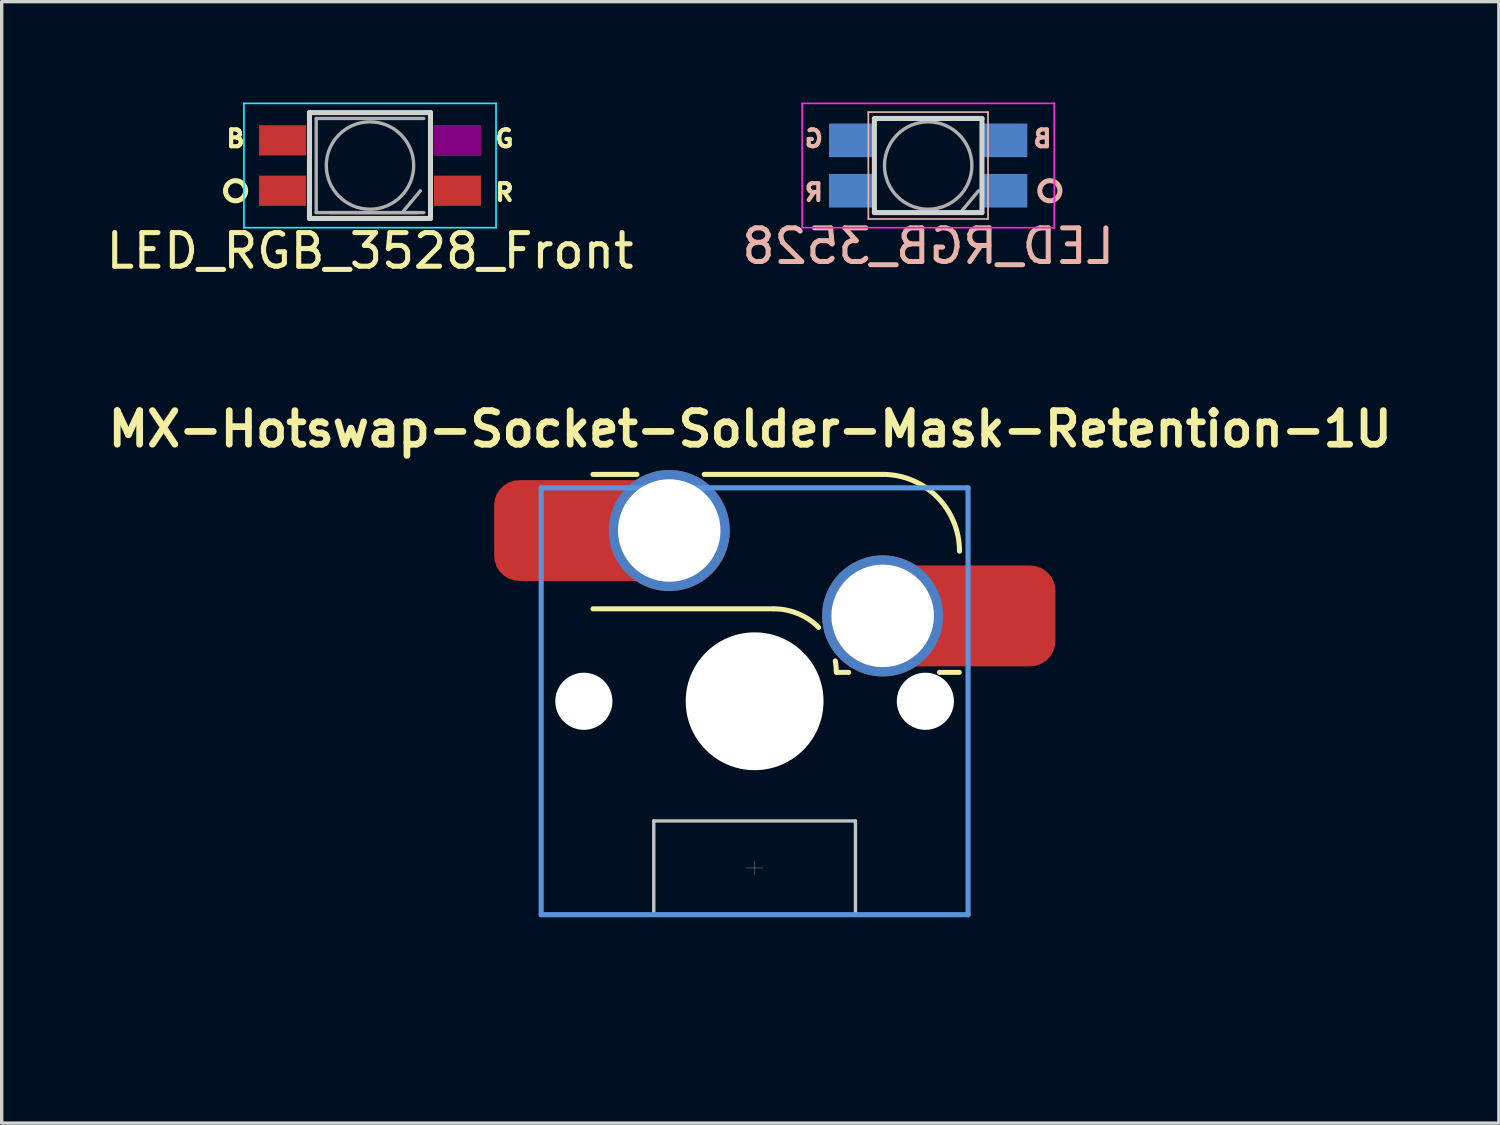
<source format=kicad_pcb>
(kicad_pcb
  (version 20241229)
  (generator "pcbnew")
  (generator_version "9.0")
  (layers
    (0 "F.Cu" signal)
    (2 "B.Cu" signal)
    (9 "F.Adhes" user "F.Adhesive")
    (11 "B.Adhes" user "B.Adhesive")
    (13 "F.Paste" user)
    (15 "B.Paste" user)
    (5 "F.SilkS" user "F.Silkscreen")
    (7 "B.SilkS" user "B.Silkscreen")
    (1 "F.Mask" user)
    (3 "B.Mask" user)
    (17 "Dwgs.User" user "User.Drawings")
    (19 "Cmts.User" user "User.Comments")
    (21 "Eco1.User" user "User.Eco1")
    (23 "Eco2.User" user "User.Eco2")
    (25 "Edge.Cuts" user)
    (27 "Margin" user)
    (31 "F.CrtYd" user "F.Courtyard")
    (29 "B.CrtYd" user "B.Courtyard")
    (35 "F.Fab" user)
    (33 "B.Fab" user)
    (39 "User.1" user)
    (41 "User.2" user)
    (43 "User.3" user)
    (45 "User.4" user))
  (footprint "MX-Hotswap-Socket-Solder-Mask-Retention-1U"
    (layer "F.Cu")
    (at 19.401 17.814)
    (property "Reference" "MX-Hotswap-Socket-Solder-Mask-Retention-1U" (at -0.13 -8.1 0) (layer "F.SilkS") (effects (font (size 1 1) (thickness 0.2))))
    (attr through_hole)
    (fp_line (start -4.81 -6.75) (end -3.5 -6.75) (stroke (width 0.15) (type solid)) (layer "F.SilkS"))
    (fp_line (start -4.81 -2.75) (end 0.55 -2.75) (stroke (width 0.15) (type solid)) (layer "F.SilkS"))
    (fp_line (start -1.5 -6.75) (end 3.81 -6.75) (stroke (width 0.15) (type solid)) (layer "F.SilkS"))
    (fp_line (start 2.8 -0.86) (end 2.46 -0.86) (stroke (width 0.15) (type solid)) (layer "F.SilkS"))
    (fp_line (start 6.088 -0.86) (end 5.5 -0.86) (stroke (width 0.15) (type solid)) (layer "F.SilkS"))
    (fp_arc (start 0.57 -2.75) (mid 1.293272 -2.606132) (end 1.906432 -2.196432) (stroke (width 0.15) (type solid)) (layer "F.SilkS"))
    (fp_arc (start 2.4 -1.2) (mid 2.422872 -1.030683) (end 2.430516 -0.86) (stroke (width 0.15) (type solid)) (layer "F.SilkS"))
    (fp_arc (start 3.81 -6.751) (mid 5.426446 -6.081446) (end 6.096 -4.465) (stroke (width 0.15) (type solid)) (layer "F.SilkS"))
    (fp_line (start -9.55 0) (end -9.5 -0.1) (stroke (width 0.001) (type solid)) (layer "Dwgs.User"))
    (fp_line (start -9.55 0) (end -9.5 0.1) (stroke (width 0.001) (type solid)) (layer "Dwgs.User"))
    (fp_line (start -9.525 -9.525) (end 9.525 -9.525) (stroke (width 0.001) (type solid)) (layer "Dwgs.User"))
    (fp_line (start -9.525 9.525) (end -9.525 -9.525) (stroke (width 0.001) (type solid)) (layer "Dwgs.User"))
    (fp_line (start -9.5 0) (end -9.55 0) (stroke (width 0.001) (type solid)) (layer "Dwgs.User"))
    (fp_line (start -3 3.56) (end -3 6.36) (stroke (width 0.1) (type solid)) (layer "Dwgs.User"))
    (fp_line (start -3 3.56) (end 3 3.56) (stroke (width 0.1) (type solid)) (layer "Dwgs.User"))
    (fp_line (start -0.25 4.96) (end 0.25 4.96) (stroke (width 0.01) (type solid)) (layer "Dwgs.User"))
    (fp_line (start 0 -9.55) (end -0.1 -9.5) (stroke (width 0.001) (type solid)) (layer "Dwgs.User"))
    (fp_line (start 0 -9.55) (end 0.1 -9.5) (stroke (width 0.001) (type solid)) (layer "Dwgs.User"))
    (fp_line (start 0 -9.5) (end 0 -9.55) (stroke (width 0.001) (type solid)) (layer "Dwgs.User"))
    (fp_line (start 0 5.16) (end 0 4.76) (stroke (width 0.01) (type solid)) (layer "Dwgs.User"))
    (fp_line (start 0 9.5) (end 0 9.55) (stroke (width 0.001) (type solid)) (layer "Dwgs.User"))
    (fp_line (start 0 9.55) (end -0.1 9.5) (stroke (width 0.001) (type solid)) (layer "Dwgs.User"))
    (fp_line (start 0 9.55) (end 0.1 9.5) (stroke (width 0.001) (type solid)) (layer "Dwgs.User"))
    (fp_line (start 3 3.56) (end 3 6.36) (stroke (width 0.1) (type solid)) (layer "Dwgs.User"))
    (fp_line (start 3 6.36) (end -3 6.36) (stroke (width 0.1) (type solid)) (layer "Dwgs.User"))
    (fp_line (start 9.5 0) (end 9.55 0) (stroke (width 0.001) (type solid)) (layer "Dwgs.User"))
    (fp_line (start 9.502 -9.502) (end 9.502 9.502) (stroke (width 0.001) (type solid)) (layer "Dwgs.User"))
    (fp_line (start 9.525 9.525) (end -9.525 9.525) (stroke (width 0.001) (type solid)) (layer "Dwgs.User"))
    (fp_line (start 9.55 0) (end 9.5 -0.1) (stroke (width 0.001) (type solid)) (layer "Dwgs.User"))
    (fp_line (start 9.55 0) (end 9.5 0.1) (stroke (width 0.001) (type solid)) (layer "Dwgs.User"))
    (fp_line (start -6.35 -6.35) (end 6.35 -6.35) (stroke (width 0.152) (type solid)) (layer "Cmts.User"))
    (fp_line (start -6.35 6.35) (end -6.35 -6.35) (stroke (width 0.152) (type solid)) (layer "Cmts.User"))
    (fp_line (start 0 1) (end 0 -1) (stroke (width 0.001) (type solid)) (layer "Cmts.User"))
    (fp_line (start 1 0) (end -1 0) (stroke (width 0.001) (type solid)) (layer "Cmts.User"))
    (fp_line (start 6.35 -6.35) (end 6.35 6.35) (stroke (width 0.152) (type solid)) (layer "Cmts.User"))
    (fp_line (start 6.35 6.35) (end -6.35 6.35) (stroke (width 0.152) (type solid)) (layer "Cmts.User"))
    (fp_line (start -7.8 -6.985) (end 7.8 -6.985) (stroke (width 0.152) (type solid)) (layer "Eco1.User"))
    (fp_line (start -7.8 6.985) (end -7.8 -6.985) (stroke (width 0.152) (type solid)) (layer "Eco1.User"))
    (fp_line (start 7.8 -6.985) (end 7.8 6.985) (stroke (width 0.152) (type solid)) (layer "Eco1.User"))
    (fp_line (start 7.8 6.985) (end -7.8 6.985) (stroke (width 0.152) (type solid)) (layer "Eco1.User"))
    (fp_line (start -7 -7) (end 7 -7) (stroke (width 0.01) (type solid)) (layer "Eco2.User"))
    (fp_line (start -7 7) (end -7 -7) (stroke (width 0.01) (type solid)) (layer "Eco2.User"))
    (fp_line (start 7 -7) (end 7 7) (stroke (width 0.01) (type solid)) (layer "Eco2.User"))
    (fp_line (start 7 7) (end -7 7) (stroke (width 0.01) (type solid)) (layer "Eco2.User"))
    (pad "" np_thru_hole circle (at -5.08 0) (size 1.7 1.7) (drill 1.7) (layers "*.Cu" "*.Mask"))
    (pad "" np_thru_hole circle (at 0 0) (size 4.1 4.1) (drill 4.1) (layers "*.Cu" "*.Mask"))
    (pad "" np_thru_hole circle (at 5.08 0) (size 1.7 1.7) (drill 1.7) (layers "*.Cu" "*.Mask"))
    (pad "1" smd roundrect (at -6.125 -5.08) (size 2.55 2.5) (layers "F.Cu" "F.Mask" "F.Paste") (roundrect_rratio 0.25))
    (pad "1" smd roundrect (at -5 -5.08) (size 5.5 3) (layers "F.Cu") (roundrect_rratio 0.25))
    (pad "1" thru_hole circle (at -2.54 -5.08) (size 3.6 3.6) (drill 3.05) (layers "*.Cu" "F.Mask"))
    (pad "2" thru_hole circle (at 3.81 -2.54) (size 3.6 3.6) (drill 3.05) (layers "*.Cu" "F.Mask"))
    (pad "2" smd roundrect (at 6.2 -2.54) (size 5.5 3) (layers "F.Cu") (roundrect_rratio 0.25))
    (pad "2" smd roundrect (at 7.325 -2.54) (size 2.55 2.5) (layers "F.Cu" "F.Mask" "F.Paste") (roundrect_rratio 0.25)))
  (footprint "LED_RGB_3528_Front"
    (layer "F.Cu")
    (at 7.958 1.875)
    (property "Reference" "LED_RGB_3528_Front" (at 0 2.54 0) (layer "F.SilkS") (effects (font (size 1 1) (thickness 0.15))))
    (attr smd)
    (fp_circle (center -4 0.75) (end -3.7 0.75) (stroke (width 0.15) (type solid)) (fill no) (layer "F.SilkS"))
    (fp_line (start -1.78 -1.59) (end -1.78 1.59) (stroke (width 0.05) (type solid)) (layer "B.SilkS"))
    (fp_line (start -1.78 -1.59) (end 1.78 -1.59) (stroke (width 0.05) (type solid)) (layer "B.SilkS"))
    (fp_line (start 1.78 -1.59) (end 1.78 1.59) (stroke (width 0.05) (type solid)) (layer "B.SilkS"))
    (fp_line (start 1.78 1.59) (end -1.78 1.59) (stroke (width 0.05) (type solid)) (layer "B.SilkS"))
    (fp_line (start -1.8 -1.575) (end 1.8 -1.575) (stroke (width 0.15) (type solid)) (layer "Edge.Cuts"))
    (fp_line (start -1.8 1.575) (end -1.8 -1.575) (stroke (width 0.15) (type solid)) (layer "Edge.Cuts"))
    (fp_line (start 1.8 -1.575) (end 1.8 1.575) (stroke (width 0.15) (type solid)) (layer "Edge.Cuts"))
    (fp_line (start 1.8 1.575) (end -1.8 1.575) (stroke (width 0.15) (type solid)) (layer "Edge.Cuts"))
    (fp_line (start -3.75 -1.85) (end -3.75 1.85) (stroke (width 0.05) (type solid)) (layer "B.CrtYd"))
    (fp_line (start -3.75 1.85) (end 3.75 1.85) (stroke (width 0.05) (type solid)) (layer "B.CrtYd"))
    (fp_line (start 3.75 -1.85) (end -3.75 -1.85) (stroke (width 0.05) (type solid)) (layer "B.CrtYd"))
    (fp_line (start 3.75 1.85) (end 3.75 -1.85) (stroke (width 0.05) (type solid)) (layer "B.CrtYd"))
    (fp_line (start -1.6 -1.4) (end -1.6 1.4) (stroke (width 0.1) (type solid)) (layer "F.Fab"))
    (fp_line (start -1.6 1.4) (end 1.4 1.4) (stroke (width 0.1) (type solid)) (layer "F.Fab"))
    (fp_line (start 1 1.35) (end 1.5 0.75) (stroke (width 0.1) (type solid)) (layer "F.Fab"))
    (fp_line (start 1.6 -1.4) (end -1.6 -1.4) (stroke (width 0.1) (type solid)) (layer "F.Fab"))
    (fp_line (start 1.6 1.4) (end -1.2 1.4) (stroke (width 0.1) (type solid)) (layer "F.Fab"))
    (fp_circle (center 0 0) (end 0 -1.3) (stroke (width 0.1) (type solid)) (fill no) (layer "F.Fab"))
    (fp_text user "R" (at 4 0.8 0) (layer "F.SilkS") (effects (font (size 0.5 0.5) (thickness 0.125))))
    (fp_text user "G" (at 4 -0.8 0) (layer "F.SilkS") (effects (font (size 0.5 0.5) (thickness 0.125))))
    (fp_text user "B" (at -4 -0.8 0) (layer "F.SilkS") (effects (font (size 0.5 0.5) (thickness 0.125))))
    (pad "1" smd rect (at 2.6 -0.75) (size 1.4 0.9) (layers "F.Cu" "F.Mask" "F.Adhes" "F.Paste"))
    (pad "2" smd rect (at 2.6 0.75) (size 1.4 0.9) (layers "F.Cu" "F.Mask" "F.Paste"))
    (pad "3" smd rect (at -2.6 -0.75) (size 1.4 0.9) (layers "F.Cu" "F.Mask" "F.Paste"))
    (pad "4" smd rect (at -2.6 0.75) (size 1.4 0.9) (layers "F.Cu" "F.Mask" "F.Paste")))
  (footprint "LED_RGB_3528"
    (layer "F.Cu")
    (at 24.565 1.875)
    (property "Reference" "LED_RGB_3528" (at 0 2.4 0) (layer "B.SilkS") (effects (font (size 1 1) (thickness 0.15)) (justify mirror)))
    (attr smd)
    (fp_line (start -1.78 -1.59) (end -1.78 1.59) (stroke (width 0.05) (type solid)) (layer "B.SilkS"))
    (fp_line (start -1.78 -1.59) (end 1.78 -1.59) (stroke (width 0.05) (type solid)) (layer "B.SilkS"))
    (fp_line (start 1.78 -1.59) (end 1.78 1.59) (stroke (width 0.05) (type solid)) (layer "B.SilkS"))
    (fp_line (start 1.78 1.59) (end -1.78 1.59) (stroke (width 0.05) (type solid)) (layer "B.SilkS"))
    (fp_circle (center 3.62 0.75) (end 3.92 0.75) (stroke (width 0.15) (type solid)) (fill no) (layer "B.SilkS"))
    (fp_line (start -1.6 -1.4) (end 1.6 -1.4) (stroke (width 0.15) (type solid)) (layer "Edge.Cuts"))
    (fp_line (start -1.6 1.4) (end -1.6 -1.4) (stroke (width 0.15) (type solid)) (layer "Edge.Cuts"))
    (fp_line (start 1.6 -1.4) (end 1.6 1.4) (stroke (width 0.15) (type solid)) (layer "Edge.Cuts"))
    (fp_line (start 1.6 1.4) (end -1.6 1.4) (stroke (width 0.15) (type solid)) (layer "Edge.Cuts"))
    (fp_line (start -3.75 -1.85) (end -3.75 1.85) (stroke (width 0.05) (type solid)) (layer "F.CrtYd"))
    (fp_line (start -3.75 1.85) (end 3.75 1.85) (stroke (width 0.05) (type solid)) (layer "F.CrtYd"))
    (fp_line (start 3.75 -1.85) (end -3.75 -1.85) (stroke (width 0.05) (type solid)) (layer "F.CrtYd"))
    (fp_line (start 3.75 1.85) (end 3.75 -1.85) (stroke (width 0.05) (type solid)) (layer "F.CrtYd"))
    (fp_line (start -1.6 -1.4) (end -1.6 1.4) (stroke (width 0.1) (type solid)) (layer "F.Fab"))
    (fp_line (start -1.6 1.4) (end 1.4 1.4) (stroke (width 0.1) (type solid)) (layer "F.Fab"))
    (fp_line (start 1 1.35) (end 1.5 0.75) (stroke (width 0.1) (type solid)) (layer "F.Fab"))
    (fp_line (start 1.6 -1.4) (end -1.6 -1.4) (stroke (width 0.1) (type solid)) (layer "F.Fab"))
    (fp_line (start 1.6 1.4) (end 1.6 -1.4) (stroke (width 0.1) (type solid)) (layer "F.Fab"))
    (fp_circle (center 0 0) (end 0 -1.3) (stroke (width 0.1) (type solid)) (fill no) (layer "F.Fab"))
    (fp_text user "B" (at 3.4 -0.8 0) (layer "B.SilkS") (effects (font (size 0.5 0.5) (thickness 0.125)) (justify mirror)))
    (fp_text user "G" (at -3.4 -0.8 0) (layer "B.SilkS") (effects (font (size 0.5 0.5) (thickness 0.125)) (justify mirror)))
    (fp_text user "R" (at -3.4 0.8 0) (layer "B.SilkS") (effects (font (size 0.5 0.5) (thickness 0.125)) (justify mirror)))
    (pad "1" smd rect (at -2.3 -0.75) (size 1.3 1) (layers "B.Cu" "B.Mask" "B.Paste"))
    (pad "2" smd rect (at -2.3 0.75) (size 1.3 1) (layers "B.Cu" "B.Mask" "B.Paste"))
    (pad "3" smd rect (at 2.3 -0.75) (size 1.3 1) (layers "B.Cu" "B.Mask" "B.Adhes" "B.Paste"))
    (pad "4" smd rect (at 2.3 0.75) (size 1.3 1) (layers "B.Cu" "B.Mask" "B.Paste")))
  (gr_rect
    (start -3 -3)
    (end 41.543 30.364)
    (stroke (width 0.1) (type default))
    (fill no)
    (layer "Edge.Cuts")))
</source>
